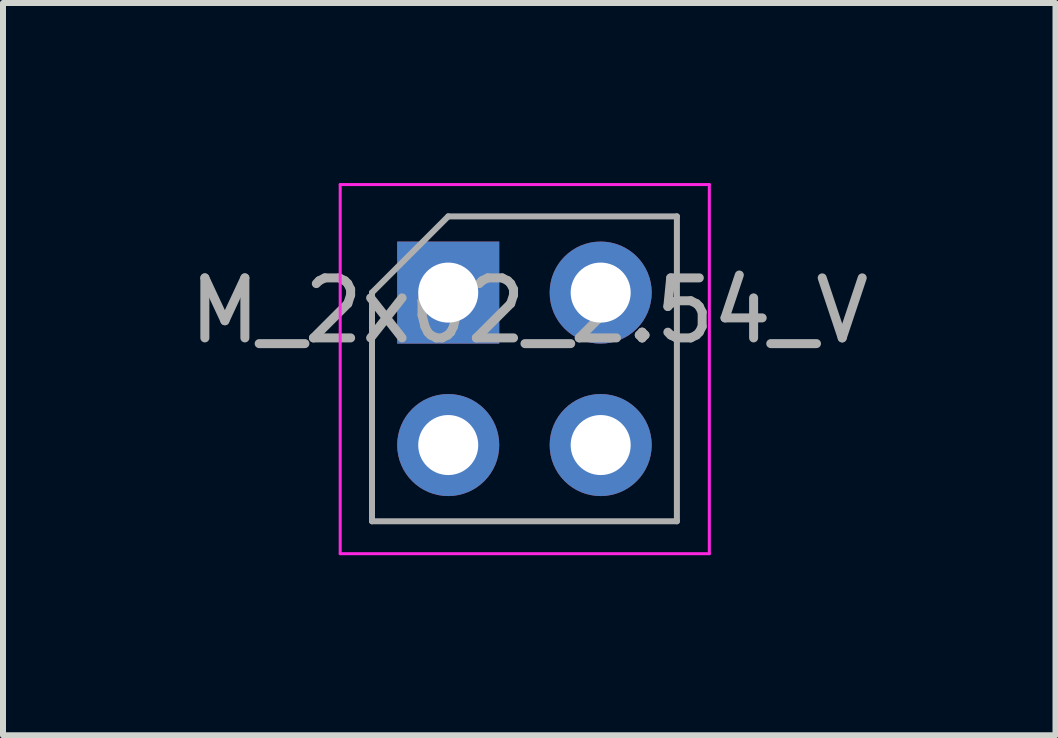
<source format=kicad_pcb>
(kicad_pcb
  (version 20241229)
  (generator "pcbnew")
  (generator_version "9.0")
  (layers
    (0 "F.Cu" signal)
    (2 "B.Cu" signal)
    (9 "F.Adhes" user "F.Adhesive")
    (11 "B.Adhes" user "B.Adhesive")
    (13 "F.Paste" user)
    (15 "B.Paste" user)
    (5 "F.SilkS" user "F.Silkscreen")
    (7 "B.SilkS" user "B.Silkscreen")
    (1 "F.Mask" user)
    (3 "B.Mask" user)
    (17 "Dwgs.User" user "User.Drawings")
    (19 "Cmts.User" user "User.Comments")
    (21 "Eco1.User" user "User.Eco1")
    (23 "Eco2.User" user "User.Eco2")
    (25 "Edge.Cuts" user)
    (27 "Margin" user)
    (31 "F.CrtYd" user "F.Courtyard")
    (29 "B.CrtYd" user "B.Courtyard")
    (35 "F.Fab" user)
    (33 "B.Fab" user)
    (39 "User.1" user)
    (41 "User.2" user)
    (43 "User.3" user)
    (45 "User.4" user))
  (footprint "M_2x02_2.54_V"
    (layer "F.Cu")
    (at 4.418 1.825)
    (property "Reference" "M_2x02_2.54_V" (at 1.35 0.3 0) (layer "F.Fab") (effects (font (size 1 1) (thickness 0.15))))
    (attr through_hole exclude_from_bom)
    (fp_line (start -1.8 -1.8) (end -1.8 4.35) (stroke (width 0.05) (type solid)) (layer "F.CrtYd"))
    (fp_line (start -1.8 4.35) (end 4.35 4.35) (stroke (width 0.05) (type solid)) (layer "F.CrtYd"))
    (fp_line (start 4.35 -1.8) (end -1.8 -1.8) (stroke (width 0.05) (type solid)) (layer "F.CrtYd"))
    (fp_line (start 4.35 4.35) (end 4.35 -1.8) (stroke (width 0.05) (type solid)) (layer "F.CrtYd"))
    (fp_line (start -1.27 0) (end 0 -1.27) (stroke (width 0.1) (type solid)) (layer "F.Fab"))
    (fp_line (start -1.27 3.81) (end -1.27 0) (stroke (width 0.1) (type solid)) (layer "F.Fab"))
    (fp_line (start 0 -1.27) (end 3.81 -1.27) (stroke (width 0.1) (type solid)) (layer "F.Fab"))
    (fp_line (start 3.81 -1.27) (end 3.81 3.81) (stroke (width 0.1) (type solid)) (layer "F.Fab"))
    (fp_line (start 3.81 3.81) (end -1.27 3.81) (stroke (width 0.1) (type solid)) (layer "F.Fab"))
    (pad "1" thru_hole rect (at 0 0) (size 1.7 1.7) (drill 1) (layers "*.Cu" "*.Mask"))
    (pad "2" thru_hole oval (at 2.54 0) (size 1.7 1.7) (drill 1) (layers "*.Cu" "*.Mask"))
    (pad "3" thru_hole oval (at 0 2.54) (size 1.7 1.7) (drill 1) (layers "*.Cu" "*.Mask"))
    (pad "4" thru_hole oval (at 2.54 2.54) (size 1.7 1.7) (drill 1) (layers "*.Cu" "*.Mask")))
  (gr_rect
    (start -3 -3)
    (end 14.536 9.2)
    (stroke (width 0.1) (type default))
    (fill no)
    (layer "Edge.Cuts")))
</source>
